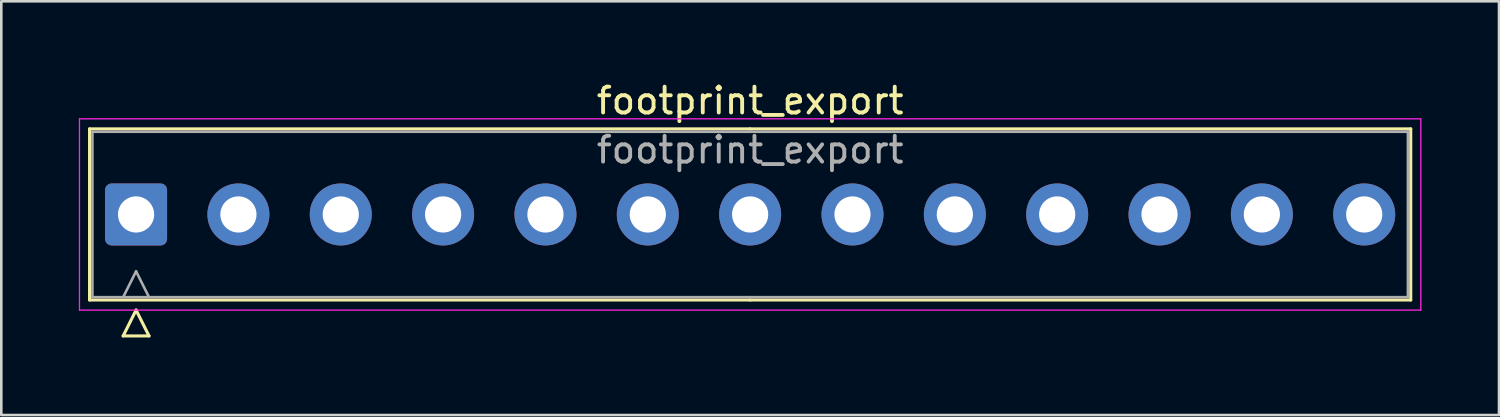
<source format=kicad_pcb>
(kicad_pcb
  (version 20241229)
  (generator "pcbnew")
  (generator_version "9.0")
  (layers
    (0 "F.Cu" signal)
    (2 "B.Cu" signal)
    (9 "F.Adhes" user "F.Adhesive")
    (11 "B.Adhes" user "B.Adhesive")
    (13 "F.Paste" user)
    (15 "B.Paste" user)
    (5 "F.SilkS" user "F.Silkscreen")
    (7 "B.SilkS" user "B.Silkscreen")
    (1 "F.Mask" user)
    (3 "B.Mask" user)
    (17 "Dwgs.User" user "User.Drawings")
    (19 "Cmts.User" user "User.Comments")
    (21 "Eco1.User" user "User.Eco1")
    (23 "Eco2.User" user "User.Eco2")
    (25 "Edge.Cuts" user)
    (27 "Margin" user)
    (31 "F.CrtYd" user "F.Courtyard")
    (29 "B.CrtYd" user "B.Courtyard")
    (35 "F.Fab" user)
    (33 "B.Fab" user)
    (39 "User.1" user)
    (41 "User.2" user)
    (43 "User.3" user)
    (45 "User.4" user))
  (footprint "footprint_export"
    (layer "F.Cu")
    (at 2.215 5.248)
    (property "Reference" "footprint_export" (at 23.76 -4.4 0) (layer "F.SilkS") (effects (font (size 1 1) (thickness 0.15))))
    (attr through_hole)
    (fp_line (start -1.8 -3.31) (end -1.8 3.31) (stroke (width 0.12) (type solid)) (layer "F.SilkS"))
    (fp_line (start -1.8 3.31) (end 23.76 3.31) (stroke (width 0.12) (type solid)) (layer "F.SilkS"))
    (fp_line (start -0.5 4.7) (end 0 3.7) (stroke (width 0.12) (type solid)) (layer "F.SilkS"))
    (fp_line (start 0 3.7) (end 0.5 4.7) (stroke (width 0.12) (type solid)) (layer "F.SilkS"))
    (fp_line (start 0.5 4.7) (end -0.5 4.7) (stroke (width 0.12) (type solid)) (layer "F.SilkS"))
    (fp_line (start 23.76 -3.31) (end -1.8 -3.31) (stroke (width 0.12) (type solid)) (layer "F.SilkS"))
    (fp_line (start 23.76 -3.31) (end 49.32 -3.31) (stroke (width 0.12) (type solid)) (layer "F.SilkS"))
    (fp_line (start 49.32 -3.31) (end 49.32 3.31) (stroke (width 0.12) (type solid)) (layer "F.SilkS"))
    (fp_line (start 49.32 3.31) (end 23.76 3.31) (stroke (width 0.12) (type solid)) (layer "F.SilkS"))
    (fp_line (start -2.19 -3.7) (end -2.19 3.7) (stroke (width 0.05) (type solid)) (layer "F.CrtYd"))
    (fp_line (start -2.19 3.7) (end 49.71 3.7) (stroke (width 0.05) (type solid)) (layer "F.CrtYd"))
    (fp_line (start 49.71 -3.7) (end -2.19 -3.7) (stroke (width 0.05) (type solid)) (layer "F.CrtYd"))
    (fp_line (start 49.71 3.7) (end 49.71 -3.7) (stroke (width 0.05) (type solid)) (layer "F.CrtYd"))
    (fp_line (start -1.69 -3.2) (end -1.69 3.2) (stroke (width 0.1) (type solid)) (layer "F.Fab"))
    (fp_line (start -1.69 3.2) (end 23.76 3.2) (stroke (width 0.1) (type solid)) (layer "F.Fab"))
    (fp_line (start -0.5 3.2) (end 0 2.2) (stroke (width 0.1) (type solid)) (layer "F.Fab"))
    (fp_line (start 0 2.2) (end 0.5 3.2) (stroke (width 0.1) (type solid)) (layer "F.Fab"))
    (fp_line (start 23.76 -3.2) (end -1.69 -3.2) (stroke (width 0.1) (type solid)) (layer "F.Fab"))
    (fp_line (start 23.76 -3.2) (end 49.21 -3.2) (stroke (width 0.1) (type solid)) (layer "F.Fab"))
    (fp_line (start 49.21 -3.2) (end 49.21 3.2) (stroke (width 0.1) (type solid)) (layer "F.Fab"))
    (fp_line (start 49.21 3.2) (end 23.76 3.2) (stroke (width 0.1) (type solid)) (layer "F.Fab"))
    (fp_text user "${REFERENCE}" (at 23.76 -2.5 0) (layer "F.Fab") (effects (font (size 1 1) (thickness 0.15))))
    (pad "1" thru_hole roundrect (at 0 0) (size 2.4 2.4) (drill 1.4) (layers "*.Cu" "*.Mask") (roundrect_rratio 0.104))
    (pad "2" thru_hole circle (at 3.96 0) (size 2.4 2.4) (drill 1.4) (layers "*.Cu" "*.Mask"))
    (pad "3" thru_hole circle (at 7.92 0) (size 2.4 2.4) (drill 1.4) (layers "*.Cu" "*.Mask"))
    (pad "4" thru_hole circle (at 11.88 0) (size 2.4 2.4) (drill 1.4) (layers "*.Cu" "*.Mask"))
    (pad "5" thru_hole circle (at 15.84 0) (size 2.4 2.4) (drill 1.4) (layers "*.Cu" "*.Mask"))
    (pad "6" thru_hole circle (at 19.8 0) (size 2.4 2.4) (drill 1.4) (layers "*.Cu" "*.Mask"))
    (pad "7" thru_hole circle (at 23.76 0) (size 2.4 2.4) (drill 1.4) (layers "*.Cu" "*.Mask"))
    (pad "8" thru_hole circle (at 27.72 0) (size 2.4 2.4) (drill 1.4) (layers "*.Cu" "*.Mask"))
    (pad "9" thru_hole circle (at 31.68 0) (size 2.4 2.4) (drill 1.4) (layers "*.Cu" "*.Mask"))
    (pad "10" thru_hole circle (at 35.64 0) (size 2.4 2.4) (drill 1.4) (layers "*.Cu" "*.Mask"))
    (pad "11" thru_hole circle (at 39.6 0) (size 2.4 2.4) (drill 1.4) (layers "*.Cu" "*.Mask"))
    (pad "12" thru_hole circle (at 43.56 0) (size 2.4 2.4) (drill 1.4) (layers "*.Cu" "*.Mask"))
    (pad "13" thru_hole circle (at 47.52 0) (size 2.4 2.4) (drill 1.4) (layers "*.Cu" "*.Mask")))
  (gr_rect
    (start -3 -3)
    (end 54.95 13.008)
    (stroke (width 0.1) (type default))
    (fill no)
    (layer "Edge.Cuts")))
</source>
